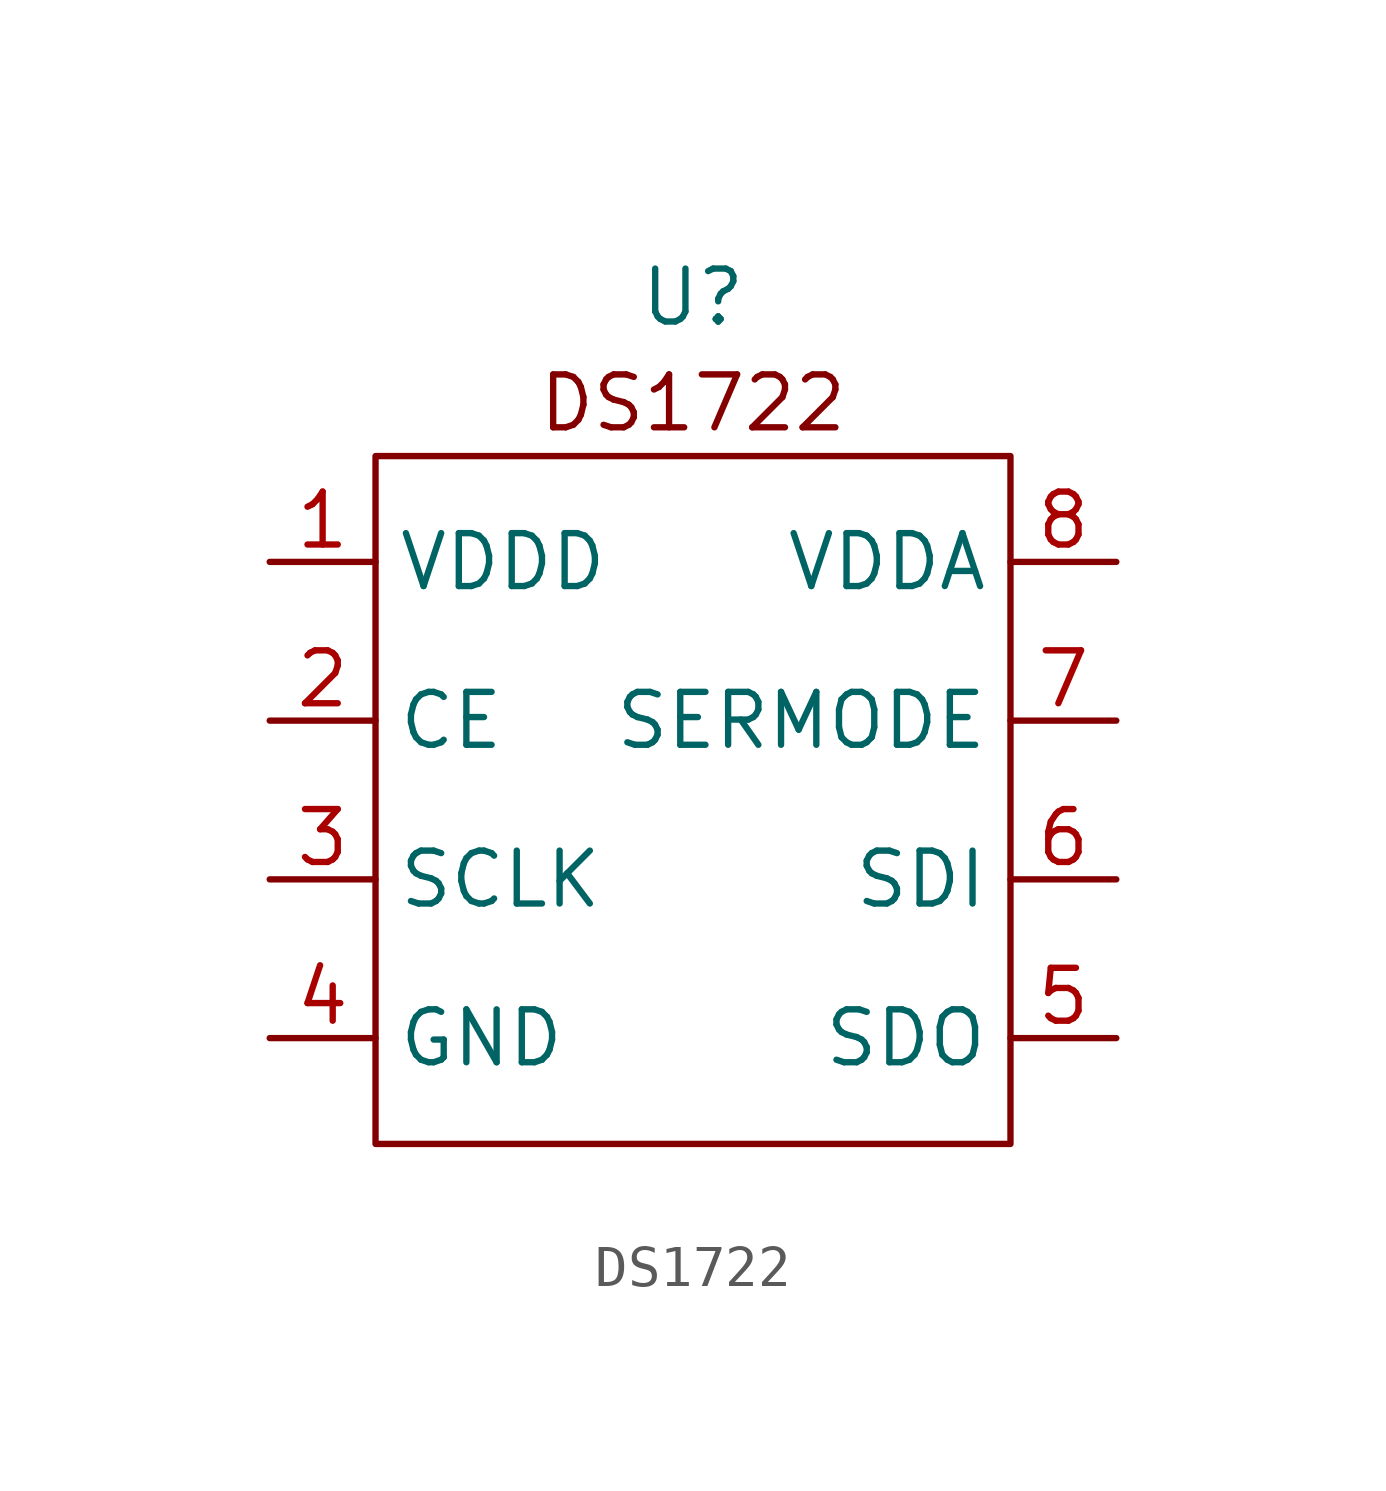
<source format=kicad_sym>
(kicad_symbol_lib
  (version 20220914)
  (generator kicad_symbol_editor)
  (symbol "DS1722"
    (property "Reference" "U"
      (at 0 12.7 0)
      (effects (font (size 1.27 1.27))))
    (property "Value" ""
      (at -5.08 3.81 0)
      (effects (font (size 1.27 1.27))))
    (symbol "DS1722_1_1"
      (rectangle (start -7.62 8.89) (end 7.62 -7.62) (stroke (width 0) (type default)) (fill (type none)))
      (text "DS1722" (at 0 10.16 0) (effects (font (size 1.27 1.27))))
      (pin power_in line (at -10.16 6.35 0) (length 2.54) (name "VDDD" (effects (font (size 1.27 1.27)))) (number "1" (effects (font (size 1.27 1.27)))))
      (pin input line (at -10.16 2.54 0) (length 2.54) (name "CE" (effects (font (size 1.27 1.27)))) (number "2" (effects (font (size 1.27 1.27)))))
      (pin input line (at -10.16 -1.27 0) (length 2.54) (name "SCLK" (effects (font (size 1.27 1.27)))) (number "3" (effects (font (size 1.27 1.27)))))
      (pin power_out line (at -10.16 -5.08 0) (length 2.54) (name "GND" (effects (font (size 1.27 1.27)))) (number "4" (effects (font (size 1.27 1.27)))))
      (pin output line (at 10.16 -5.08 180) (length 2.54) (name "SDO" (effects (font (size 1.27 1.27)))) (number "5" (effects (font (size 1.27 1.27)))))
      (pin input line (at 10.16 -1.27 180) (length 2.54) (name "SDI" (effects (font (size 1.27 1.27)))) (number "6" (effects (font (size 1.27 1.27)))))
      (pin input line (at 10.16 2.54 180) (length 2.54) (name "SERMODE" (effects (font (size 1.27 1.27)))) (number "7" (effects (font (size 1.27 1.27)))))
      (pin power_in line (at 10.16 6.35 180) (length 2.54) (name "VDDA" (effects (font (size 1.27 1.27)))) (number "8" (effects (font (size 1.27 1.27))))))))
</source>
